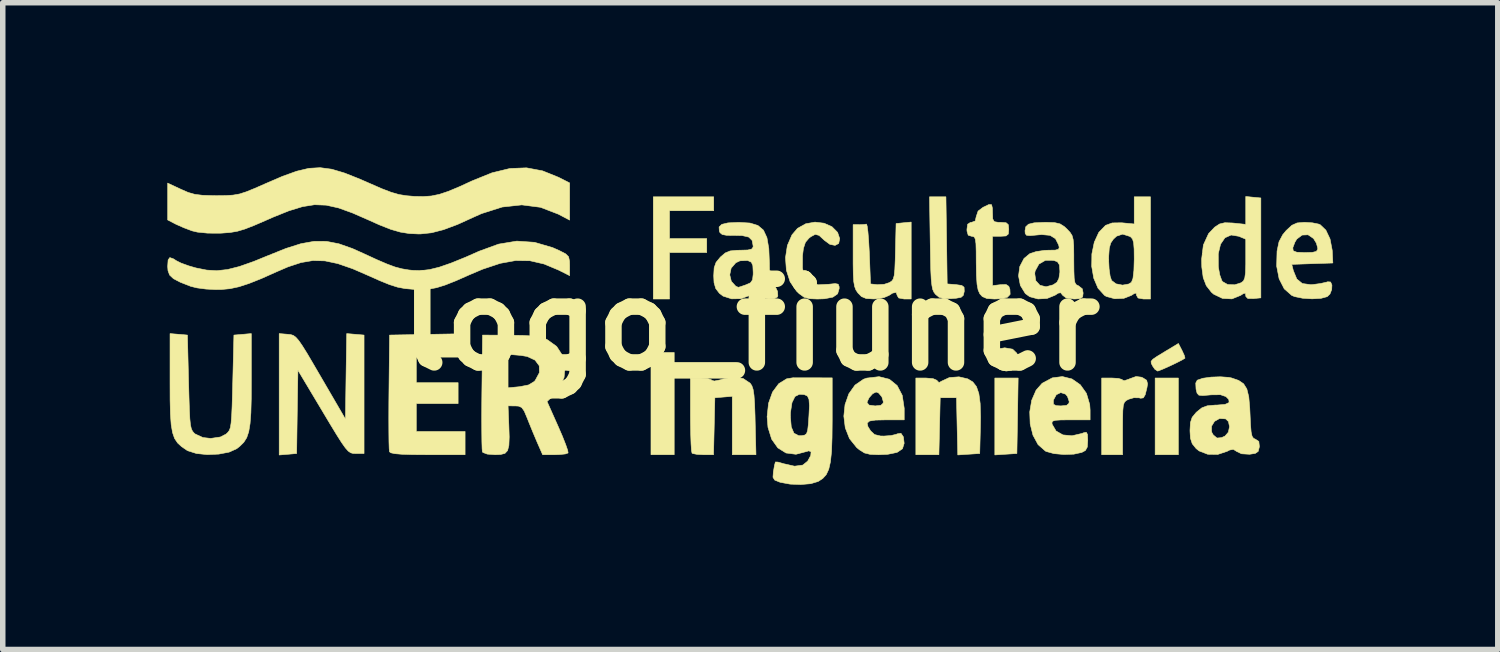
<source format=kicad_pcb>
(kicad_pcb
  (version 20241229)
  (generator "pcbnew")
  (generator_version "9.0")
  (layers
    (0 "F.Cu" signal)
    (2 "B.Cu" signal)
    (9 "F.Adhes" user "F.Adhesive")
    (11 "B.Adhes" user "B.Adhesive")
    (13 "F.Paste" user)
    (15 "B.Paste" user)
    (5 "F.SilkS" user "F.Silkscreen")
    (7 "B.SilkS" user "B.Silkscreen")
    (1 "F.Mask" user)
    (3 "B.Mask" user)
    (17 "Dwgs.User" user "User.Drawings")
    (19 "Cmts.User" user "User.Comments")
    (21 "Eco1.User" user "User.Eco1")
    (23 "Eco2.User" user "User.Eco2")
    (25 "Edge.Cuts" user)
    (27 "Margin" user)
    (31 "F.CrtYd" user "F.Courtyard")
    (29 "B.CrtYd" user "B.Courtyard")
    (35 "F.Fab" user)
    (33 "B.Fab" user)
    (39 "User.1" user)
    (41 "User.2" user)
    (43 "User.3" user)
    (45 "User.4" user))
  (footprint "logo_fiuner"
    (layer "F.Cu")
    (at 10.631 2.864)
    (property "Reference" "logo_fiuner" (at 0 0 0) (layer "F.SilkS") (effects (font (size 1.524 1.524) (thickness 0.3))))
    (attr through_hole)
    (fp_poly (pts (xy -1.397 2.371) (xy -1.82 2.371) (xy -1.82 0.508) (xy -1.397 0.508) (xy -1.397 2.371)) (stroke (width 0.01) (type solid)) (fill yes) (layer "F.SilkS"))
    (fp_poly (pts (xy 7.789 2.371) (xy 7.366 2.371) (xy 7.366 0.974) (xy 7.789 0.974) (xy 7.789 2.371)) (stroke (width 0.01) (type solid)) (fill yes) (layer "F.SilkS"))
    (fp_poly (pts (xy 4.859 1.662) (xy 4.847 2.349) (xy 4.646 2.362) (xy 4.445 2.375) (xy 4.445 0.974) (xy 4.87 0.974) (xy 4.859 1.662)) (stroke (width 0.01) (type solid)) (fill yes) (layer "F.SilkS"))
    (fp_poly (pts (xy -0.677 -2.074) (xy -1.482 -2.074) (xy -1.482 -1.566) (xy -0.804 -1.566) (xy -0.804 -1.312) (xy -1.482 -1.312) (xy -1.482 -0.466) (xy -1.778 -0.466) (xy -1.778 -2.328) (xy -0.677 -2.328) (xy -0.677 -2.074)) (stroke (width 0.01) (type solid)) (fill yes) (layer "F.SilkS"))
    (fp_poly (pts (xy 4.769 0.448) (xy 4.848 0.524) (xy 4.868 0.635) (xy 4.838 0.763) (xy 4.748 0.833) (xy 4.649 0.847) (xy 4.526 0.809) (xy 4.461 0.739) (xy 4.415 0.612) (xy 4.442 0.505) (xy 4.535 0.438) (xy 4.626 0.423) (xy 4.769 0.448)) (stroke (width 0.01) (type solid)) (fill yes) (layer "F.SilkS"))
    (fp_poly (pts (xy 7.856 0.472) (xy 7.897 0.561) (xy 7.91 0.611) (xy 7.909 0.613) (xy 7.854 0.646) (xy 7.752 0.698) (xy 7.63 0.756) (xy 7.514 0.808) (xy 7.432 0.841) (xy 7.411 0.847) (xy 7.361 0.814) (xy 7.322 0.758) (xy 7.296 0.708) (xy 7.292 0.671) (xy 7.323 0.633) (xy 7.4 0.58) (xy 7.535 0.498) (xy 7.551 0.488) (xy 7.79 0.344) (xy 7.856 0.472)) (stroke (width 0.01) (type solid)) (fill yes) (layer "F.SilkS"))
    (fp_poly (pts (xy 3.566 -1.535) (xy 3.577 -0.741) (xy 3.738 -0.728) (xy 3.843 -0.713) (xy 3.885 -0.68) (xy 3.888 -0.609) (xy 3.887 -0.601) (xy 3.871 -0.533) (xy 3.83 -0.497) (xy 3.74 -0.48) (xy 3.66 -0.474) (xy 3.518 -0.474) (xy 3.429 -0.498) (xy 3.363 -0.553) (xy 3.335 -0.591) (xy 3.313 -0.641) (xy 3.298 -0.717) (xy 3.286 -0.829) (xy 3.278 -0.99) (xy 3.273 -1.212) (xy 3.268 -1.486) (xy 3.255 -2.328) (xy 3.554 -2.328) (xy 3.566 -1.535)) (stroke (width 0.01) (type solid)) (fill yes) (layer "F.SilkS"))
    (fp_poly (pts (xy -5.249 0.593) (xy -6.096 0.593) (xy -6.096 1.058) (xy -5.334 1.058) (xy -5.334 1.439) (xy -6.096 1.439) (xy -6.096 1.947) (xy -5.207 1.947) (xy -5.207 2.371) (xy -5.886 2.371) (xy -6.158 2.369) (xy -6.356 2.363) (xy -6.487 2.352) (xy -6.56 2.336) (xy -6.585 2.317) (xy -6.59 2.261) (xy -6.594 2.133) (xy -6.596 1.945) (xy -6.597 1.708) (xy -6.596 1.437) (xy -6.594 1.227) (xy -6.583 0.191) (xy -5.916 0.179) (xy -5.249 0.167) (xy -5.249 0.593)) (stroke (width 0.01) (type solid)) (fill yes) (layer "F.SilkS"))
    (fp_poly (pts (xy 3.951 0.989) (xy 4.044 1.045) (xy 4.11 1.13) (xy 4.154 1.258) (xy 4.178 1.438) (xy 4.185 1.684) (xy 4.182 1.872) (xy 4.17 2.349) (xy 3.97 2.362) (xy 3.77 2.375) (xy 3.758 1.854) (xy 3.747 1.333) (xy 3.45 1.333) (xy 3.438 1.852) (xy 3.426 2.371) (xy 3.006 2.371) (xy 3.006 0.974) (xy 3.193 0.974) (xy 3.32 0.985) (xy 3.391 1.016) (xy 3.397 1.027) (xy 3.429 1.057) (xy 3.475 1.031) (xy 3.617 0.965) (xy 3.792 0.952) (xy 3.951 0.989)) (stroke (width 0.01) (type solid)) (fill yes) (layer "F.SilkS"))
    (fp_poly (pts (xy 7.113 0.958) (xy 7.14 0.969) (xy 7.211 1.014) (xy 7.228 1.08) (xy 7.216 1.154) (xy 7.185 1.278) (xy 7.151 1.335) (xy 7.102 1.342) (xy 7.071 1.334) (xy 6.977 1.333) (xy 6.884 1.36) (xy 6.836 1.385) (xy 6.805 1.417) (xy 6.786 1.473) (xy 6.777 1.569) (xy 6.774 1.721) (xy 6.773 1.891) (xy 6.773 2.371) (xy 6.392 2.371) (xy 6.392 0.974) (xy 6.583 0.974) (xy 6.696 0.981) (xy 6.765 1.001) (xy 6.773 1.013) (xy 6.806 1.022) (xy 6.886 0.995) (xy 6.904 0.987) (xy 7.018 0.946) (xy 7.113 0.958)) (stroke (width 0.01) (type solid)) (fill yes) (layer "F.SilkS"))
    (fp_poly (pts (xy -8.436 0.177) (xy -8.382 0.183) (xy -8.336 0.198) (xy -8.291 0.231) (xy -8.238 0.291) (xy -8.171 0.388) (xy -8.082 0.531) (xy -7.965 0.73) (xy -7.833 0.956) (xy -7.387 1.722) (xy -7.376 0.943) (xy -7.364 0.164) (xy -7.048 0.191) (xy -7.048 2.349) (xy -7.197 2.349) (xy -7.247 2.348) (xy -7.291 2.336) (xy -7.336 2.305) (xy -7.388 2.247) (xy -7.456 2.151) (xy -7.547 2.008) (xy -7.668 1.809) (xy -7.799 1.59) (xy -8.253 0.831) (xy -8.265 1.59) (xy -8.276 2.349) (xy -8.435 2.363) (xy -8.594 2.376) (xy -8.594 0.164) (xy -8.436 0.177)) (stroke (width 0.01) (type solid)) (fill yes) (layer "F.SilkS"))
    (fp_poly (pts (xy -0.141 0.982) (xy -0.013 1.068) (xy 0.018 1.114) (xy 0.041 1.182) (xy 0.057 1.286) (xy 0.068 1.441) (xy 0.076 1.662) (xy 0.078 1.761) (xy 0.093 2.371) (xy -0.339 2.371) (xy -0.339 1.307) (xy -0.656 1.333) (xy -0.68 2.371) (xy -0.862 2.371) (xy -0.98 2.365) (xy -1.06 2.349) (xy -1.072 2.342) (xy -1.082 2.293) (xy -1.09 2.173) (xy -1.096 1.999) (xy -1.1 1.785) (xy -1.101 1.644) (xy -1.101 0.974) (xy -0.914 0.974) (xy -0.798 0.982) (xy -0.724 1.003) (xy -0.713 1.015) (xy -0.667 1.029) (xy -0.562 1.008) (xy -0.52 0.994) (xy -0.317 0.955) (xy -0.141 0.982)) (stroke (width 0.01) (type solid)) (fill yes) (layer "F.SilkS"))
    (fp_poly (pts (xy 1.334 -1.847) (xy 1.478 -1.783) (xy 1.58 -1.68) (xy 1.619 -1.566) (xy 1.6 -1.478) (xy 1.534 -1.443) (xy 1.44 -1.462) (xy 1.338 -1.537) (xy 1.333 -1.542) (xy 1.243 -1.625) (xy 1.173 -1.644) (xy 1.09 -1.6) (xy 1.057 -1.573) (xy 0.994 -1.499) (xy 0.957 -1.386) (xy 0.941 -1.256) (xy 0.94 -1.026) (xy 0.984 -0.864) (xy 1.078 -0.766) (xy 1.228 -0.725) (xy 1.421 -0.735) (xy 1.537 -0.747) (xy 1.591 -0.736) (xy 1.608 -0.692) (xy 1.609 -0.657) (xy 1.581 -0.561) (xy 1.494 -0.5) (xy 1.338 -0.47) (xy 1.211 -0.466) (xy 1.066 -0.472) (xy 0.969 -0.499) (xy 0.882 -0.562) (xy 0.833 -0.609) (xy 0.715 -0.78) (xy 0.647 -0.991) (xy 0.631 -1.219) (xy 0.665 -1.441) (xy 0.749 -1.635) (xy 0.851 -1.754) (xy 1 -1.837) (xy 1.168 -1.867) (xy 1.334 -1.847)) (stroke (width 0.01) (type solid)) (fill yes) (layer "F.SilkS"))
    (fp_poly (pts (xy 2.921 -0.466) (xy 2.794 -0.466) (xy 2.693 -0.485) (xy 2.667 -0.529) (xy 2.647 -0.586) (xy 2.583 -0.574) (xy 2.516 -0.531) (xy 2.425 -0.492) (xy 2.291 -0.47) (xy 2.236 -0.467) (xy 2.101 -0.475) (xy 2.015 -0.511) (xy 1.95 -0.577) (xy 1.914 -0.631) (xy 1.89 -0.695) (xy 1.874 -0.785) (xy 1.866 -0.918) (xy 1.863 -1.11) (xy 1.863 -1.255) (xy 1.863 -1.82) (xy 1.968 -1.82) (xy 2.062 -1.824) (xy 2.106 -1.831) (xy 2.119 -1.795) (xy 2.133 -1.69) (xy 2.146 -1.531) (xy 2.157 -1.334) (xy 2.159 -1.291) (xy 2.18 -0.741) (xy 2.303 -0.727) (xy 2.43 -0.734) (xy 2.524 -0.765) (xy 2.566 -0.792) (xy 2.594 -0.83) (xy 2.612 -0.896) (xy 2.623 -1.005) (xy 2.63 -1.172) (xy 2.634 -1.329) (xy 2.646 -1.841) (xy 2.783 -1.855) (xy 2.921 -1.868) (xy 2.921 -0.466)) (stroke (width 0.01) (type solid)) (fill yes) (layer "F.SilkS"))
    (fp_poly (pts (xy -9.102 1.024) (xy -9.103 1.353) (xy -9.11 1.609) (xy -9.125 1.805) (xy -9.149 1.951) (xy -9.186 2.061) (xy -9.239 2.145) (xy -9.31 2.215) (xy -9.369 2.262) (xy -9.507 2.324) (xy -9.696 2.36) (xy -9.904 2.369) (xy -10.101 2.349) (xy -10.256 2.3) (xy -10.277 2.289) (xy -10.372 2.224) (xy -10.445 2.157) (xy -10.5 2.075) (xy -10.537 1.968) (xy -10.562 1.823) (xy -10.576 1.628) (xy -10.582 1.372) (xy -10.583 1.045) (xy -10.583 0.164) (xy -10.266 0.191) (xy -10.245 1.052) (xy -10.237 1.342) (xy -10.23 1.56) (xy -10.222 1.717) (xy -10.211 1.826) (xy -10.195 1.897) (xy -10.174 1.942) (xy -10.146 1.975) (xy -10.124 1.994) (xy -9.984 2.058) (xy -9.842 2.074) (xy -9.665 2.048) (xy -9.561 1.994) (xy -9.528 1.963) (xy -9.502 1.927) (xy -9.483 1.874) (xy -9.47 1.79) (xy -9.46 1.665) (xy -9.452 1.487) (xy -9.445 1.243) (xy -9.44 1.052) (xy -9.419 0.191) (xy -9.102 0.164) (xy -9.102 1.024)) (stroke (width 0.01) (type solid)) (fill yes) (layer "F.SilkS"))
    (fp_poly (pts (xy 4.386 -2.185) (xy 4.401 -2.12) (xy 4.403 -2.032) (xy 4.407 -1.924) (xy 4.435 -1.875) (xy 4.507 -1.863) (xy 4.551 -1.863) (xy 4.65 -1.856) (xy 4.691 -1.82) (xy 4.699 -1.736) (xy 4.691 -1.65) (xy 4.649 -1.615) (xy 4.551 -1.609) (xy 4.403 -1.609) (xy 4.403 -0.71) (xy 4.548 -0.727) (xy 4.65 -0.73) (xy 4.7 -0.697) (xy 4.72 -0.641) (xy 4.724 -0.551) (xy 4.673 -0.497) (xy 4.557 -0.471) (xy 4.437 -0.466) (xy 4.3 -0.475) (xy 4.217 -0.511) (xy 4.172 -0.56) (xy 4.141 -0.628) (xy 4.121 -0.735) (xy 4.11 -0.896) (xy 4.106 -1.126) (xy 4.106 -1.131) (xy 4.105 -1.338) (xy 4.101 -1.475) (xy 4.09 -1.555) (xy 4.071 -1.595) (xy 4.04 -1.608) (xy 4.022 -1.609) (xy 3.96 -1.629) (xy 3.938 -1.703) (xy 3.937 -1.736) (xy 3.95 -1.829) (xy 4 -1.861) (xy 4.022 -1.863) (xy 4.088 -1.888) (xy 4.106 -1.967) (xy 4.14 -2.068) (xy 4.231 -2.137) (xy 4.336 -2.187) (xy 4.386 -2.185)) (stroke (width 0.01) (type solid)) (fill yes) (layer "F.SilkS"))
    (fp_poly (pts (xy 7.281 -0.466) (xy 7.154 -0.466) (xy 7.055 -0.484) (xy 7.027 -0.532) (xy 7.02 -0.574) (xy 6.982 -0.564) (xy 6.933 -0.532) (xy 6.795 -0.478) (xy 6.629 -0.471) (xy 6.478 -0.512) (xy 6.444 -0.532) (xy 6.325 -0.663) (xy 6.247 -0.846) (xy 6.21 -1.061) (xy 6.212 -1.177) (xy 6.519 -1.177) (xy 6.527 -1.016) (xy 6.546 -0.881) (xy 6.572 -0.804) (xy 6.654 -0.742) (xy 6.772 -0.719) (xy 6.887 -0.74) (xy 6.934 -0.77) (xy 6.962 -0.842) (xy 6.979 -0.987) (xy 6.985 -1.192) (xy 6.983 -1.375) (xy 6.974 -1.491) (xy 6.954 -1.559) (xy 6.92 -1.597) (xy 6.903 -1.607) (xy 6.774 -1.648) (xy 6.665 -1.612) (xy 6.606 -1.558) (xy 6.557 -1.487) (xy 6.53 -1.391) (xy 6.52 -1.245) (xy 6.519 -1.177) (xy 6.212 -1.177) (xy 6.213 -1.286) (xy 6.257 -1.5) (xy 6.34 -1.681) (xy 6.463 -1.808) (xy 6.584 -1.852) (xy 6.758 -1.855) (xy 6.774 -1.853) (xy 6.985 -1.833) (xy 6.985 -2.328) (xy 7.281 -2.328) (xy 7.281 -0.466)) (stroke (width 0.01) (type solid)) (fill yes) (layer "F.SilkS"))
    (fp_poly (pts (xy 9.155 -2.32) (xy 9.292 -2.307) (xy 9.292 -0.487) (xy 9.155 -0.474) (xy 9.056 -0.475) (xy 9.019 -0.511) (xy 9.017 -0.529) (xy 9.01 -0.573) (xy 8.972 -0.564) (xy 8.923 -0.532) (xy 8.765 -0.468) (xy 8.593 -0.477) (xy 8.434 -0.553) (xy 8.391 -0.59) (xy 8.298 -0.709) (xy 8.242 -0.855) (xy 8.216 -1.049) (xy 8.213 -1.192) (xy 8.225 -1.29) (xy 8.516 -1.29) (xy 8.517 -1.063) (xy 8.52 -1.035) (xy 8.544 -0.904) (xy 8.58 -0.804) (xy 8.594 -0.783) (xy 8.686 -0.73) (xy 8.815 -0.725) (xy 8.935 -0.763) (xy 8.975 -0.795) (xy 8.999 -0.849) (xy 9.012 -0.944) (xy 9.017 -1.098) (xy 9.017 -1.182) (xy 9.017 -1.556) (xy 8.89 -1.609) (xy 8.75 -1.632) (xy 8.638 -1.582) (xy 8.558 -1.465) (xy 8.516 -1.29) (xy 8.225 -1.29) (xy 8.245 -1.451) (xy 8.34 -1.658) (xy 8.451 -1.775) (xy 8.54 -1.833) (xy 8.636 -1.856) (xy 8.773 -1.851) (xy 8.795 -1.849) (xy 9.017 -1.826) (xy 9.017 -2.334) (xy 9.155 -2.32)) (stroke (width 0.01) (type solid)) (fill yes) (layer "F.SilkS"))
    (fp_poly (pts (xy 2.523 0.996) (xy 2.665 1.111) (xy 2.758 1.289) (xy 2.794 1.524) (xy 2.794 1.548) (xy 2.794 1.736) (xy 2.455 1.736) (xy 2.271 1.74) (xy 2.162 1.757) (xy 2.119 1.795) (xy 2.133 1.859) (xy 2.183 1.938) (xy 2.254 2.004) (xy 2.363 2.03) (xy 2.426 2.031) (xy 2.553 2.022) (xy 2.65 1.999) (xy 2.666 1.991) (xy 2.735 1.981) (xy 2.779 2.046) (xy 2.793 2.163) (xy 2.762 2.263) (xy 2.663 2.329) (xy 2.492 2.364) (xy 2.328 2.371) (xy 2.175 2.365) (xy 2.07 2.339) (xy 1.979 2.282) (xy 1.928 2.24) (xy 1.797 2.077) (xy 1.72 1.881) (xy 1.694 1.668) (xy 1.716 1.456) (xy 1.729 1.421) (xy 2.117 1.421) (xy 2.154 1.467) (xy 2.265 1.482) (xy 2.369 1.471) (xy 2.41 1.432) (xy 2.413 1.405) (xy 2.387 1.316) (xy 2.327 1.246) (xy 2.281 1.228) (xy 2.218 1.26) (xy 2.154 1.333) (xy 2.118 1.41) (xy 2.117 1.421) (xy 1.729 1.421) (xy 1.785 1.261) (xy 1.898 1.102) (xy 2.052 0.996) (xy 2.112 0.975) (xy 2.336 0.949) (xy 2.523 0.996)) (stroke (width 0.01) (type solid)) (fill yes) (layer "F.SilkS"))
    (fp_poly (pts (xy 5.851 0.991) (xy 6.002 1.096) (xy 6.114 1.253) (xy 6.174 1.456) (xy 6.181 1.556) (xy 6.181 1.736) (xy 5.825 1.736) (xy 5.652 1.737) (xy 5.548 1.744) (xy 5.498 1.76) (xy 5.485 1.789) (xy 5.49 1.818) (xy 5.561 1.939) (xy 5.686 2.01) (xy 5.85 2.026) (xy 6.035 1.983) (xy 6.064 1.971) (xy 6.111 1.962) (xy 6.133 2.001) (xy 6.138 2.105) (xy 6.138 2.113) (xy 6.13 2.231) (xy 6.095 2.294) (xy 6.03 2.329) (xy 5.884 2.361) (xy 5.702 2.367) (xy 5.523 2.351) (xy 5.382 2.312) (xy 5.366 2.304) (xy 5.233 2.187) (xy 5.14 2.015) (xy 5.089 1.81) (xy 5.081 1.591) (xy 5.115 1.391) (xy 5.511 1.391) (xy 5.514 1.452) (xy 5.561 1.477) (xy 5.649 1.482) (xy 5.753 1.472) (xy 5.795 1.435) (xy 5.8 1.402) (xy 5.769 1.31) (xy 5.733 1.267) (xy 5.646 1.239) (xy 5.565 1.278) (xy 5.514 1.373) (xy 5.511 1.391) (xy 5.115 1.391) (xy 5.117 1.379) (xy 5.197 1.195) (xy 5.307 1.07) (xy 5.491 0.971) (xy 5.676 0.947) (xy 5.851 0.991)) (stroke (width 0.01) (type solid)) (fill yes) (layer "F.SilkS"))
    (fp_poly (pts (xy 10.232 -1.854) (xy 10.345 -1.831) (xy 10.374 -1.819) (xy 10.477 -1.72) (xy 10.553 -1.559) (xy 10.592 -1.355) (xy 10.594 -1.325) (xy 10.604 -1.122) (xy 10.23 -1.11) (xy 9.855 -1.097) (xy 9.884 -0.983) (xy 9.947 -0.83) (xy 10.048 -0.748) (xy 10.202 -0.727) (xy 10.244 -0.73) (xy 10.378 -0.748) (xy 10.485 -0.772) (xy 10.509 -0.78) (xy 10.563 -0.776) (xy 10.587 -0.72) (xy 10.583 -0.638) (xy 10.551 -0.557) (xy 10.501 -0.509) (xy 10.387 -0.478) (xy 10.226 -0.469) (xy 10.054 -0.48) (xy 9.907 -0.51) (xy 9.854 -0.532) (xy 9.718 -0.652) (xy 9.625 -0.834) (xy 9.58 -1.065) (xy 9.587 -1.332) (xy 9.587 -1.338) (xy 9.6 -1.4) (xy 9.874 -1.4) (xy 9.882 -1.343) (xy 9.949 -1.318) (xy 10.088 -1.312) (xy 10.097 -1.312) (xy 10.232 -1.316) (xy 10.302 -1.333) (xy 10.327 -1.368) (xy 10.329 -1.392) (xy 10.304 -1.483) (xy 10.252 -1.568) (xy 10.153 -1.636) (xy 10.043 -1.631) (xy 9.947 -1.558) (xy 9.913 -1.502) (xy 9.874 -1.4) (xy 9.6 -1.4) (xy 9.623 -1.509) (xy 9.691 -1.638) (xy 9.755 -1.715) (xy 9.857 -1.809) (xy 9.952 -1.852) (xy 10.083 -1.863) (xy 10.094 -1.863) (xy 10.232 -1.854)) (stroke (width 0.01) (type solid)) (fill yes) (layer "F.SilkS"))
    (fp_poly (pts (xy -4.381 0.194) (xy -4.141 0.198) (xy -3.966 0.209) (xy -3.838 0.23) (xy -3.738 0.262) (xy -3.71 0.275) (xy -3.539 0.398) (xy -3.431 0.564) (xy -3.385 0.757) (xy -3.403 0.961) (xy -3.488 1.158) (xy -3.61 1.304) (xy -3.714 1.401) (xy -3.512 1.854) (xy -3.434 2.034) (xy -3.374 2.186) (xy -3.337 2.293) (xy -3.33 2.339) (xy -3.38 2.357) (xy -3.487 2.368) (xy -3.572 2.371) (xy -3.794 2.371) (xy -3.892 2.148) (xy -3.967 1.971) (xy -4.045 1.78) (xy -4.075 1.704) (xy -4.129 1.576) (xy -4.176 1.51) (xy -4.235 1.485) (xy -4.292 1.482) (xy -4.424 1.481) (xy -4.41 1.825) (xy -4.403 2.048) (xy -4.409 2.201) (xy -4.433 2.296) (xy -4.481 2.347) (xy -4.561 2.367) (xy -4.659 2.371) (xy -4.803 2.36) (xy -4.882 2.33) (xy -4.892 2.317) (xy -4.897 2.261) (xy -4.901 2.133) (xy -4.903 1.945) (xy -4.904 1.708) (xy -4.903 1.437) (xy -4.901 1.227) (xy -4.9 1.152) (xy -4.424 1.152) (xy -4.215 1.132) (xy -4.051 1.1) (xy -3.947 1.037) (xy -3.929 1.017) (xy -3.853 0.876) (xy -3.856 0.75) (xy -3.932 0.648) (xy -4.075 0.581) (xy -4.195 0.561) (xy -4.424 0.542) (xy -4.424 1.152) (xy -4.9 1.152) (xy -4.889 0.191) (xy -4.381 0.194)) (stroke (width 0.01) (type solid)) (fill yes) (layer "F.SilkS"))
    (fp_poly (pts (xy 0.886 0.97) (xy 1.05 0.97) (xy 1.196 0.97) (xy 1.482 0.971) (xy 1.482 1.738) (xy 1.479 2.061) (xy 1.47 2.311) (xy 1.45 2.499) (xy 1.419 2.636) (xy 1.373 2.734) (xy 1.31 2.804) (xy 1.227 2.858) (xy 1.224 2.859) (xy 1.091 2.899) (xy 0.91 2.914) (xy 0.716 2.907) (xy 0.541 2.875) (xy 0.522 2.869) (xy 0.434 2.833) (xy 0.403 2.782) (xy 0.41 2.682) (xy 0.412 2.672) (xy 0.43 2.568) (xy 0.446 2.507) (xy 0.448 2.503) (xy 0.493 2.505) (xy 0.584 2.531) (xy 0.597 2.535) (xy 0.796 2.58) (xy 0.946 2.56) (xy 1.035 2.488) (xy 1.091 2.386) (xy 1.097 2.318) (xy 1.055 2.3) (xy 1.027 2.309) (xy 0.822 2.363) (xy 0.641 2.34) (xy 0.491 2.246) (xy 0.379 2.088) (xy 0.312 1.873) (xy 0.296 1.679) (xy 0.296 1.678) (xy 0.72 1.678) (xy 0.736 1.865) (xy 0.785 1.979) (xy 0.872 2.024) (xy 0.924 2.024) (xy 0.98 2.014) (xy 1.015 1.987) (xy 1.035 1.926) (xy 1.048 1.813) (xy 1.058 1.662) (xy 1.067 1.478) (xy 1.059 1.363) (xy 1.03 1.301) (xy 0.971 1.275) (xy 0.884 1.27) (xy 0.804 1.31) (xy 0.749 1.422) (xy 0.722 1.6) (xy 0.72 1.678) (xy 0.296 1.678) (xy 0.322 1.434) (xy 0.395 1.229) (xy 0.508 1.077) (xy 0.652 0.988) (xy 0.768 0.969) (xy 0.886 0.97)) (stroke (width 0.01) (type solid)) (fill yes) (layer "F.SilkS"))
    (fp_poly (pts (xy 8.707 0.962) (xy 8.757 0.972) (xy 8.887 1.017) (xy 8.978 1.079) (xy 9.037 1.174) (xy 9.072 1.317) (xy 9.09 1.523) (xy 9.095 1.63) (xy 9.104 1.828) (xy 9.115 1.957) (xy 9.132 2.034) (xy 9.158 2.072) (xy 9.194 2.089) (xy 9.255 2.129) (xy 9.265 2.219) (xy 9.264 2.23) (xy 9.244 2.31) (xy 9.191 2.347) (xy 9.087 2.363) (xy 8.94 2.354) (xy 8.854 2.313) (xy 8.791 2.273) (xy 8.722 2.286) (xy 8.678 2.309) (xy 8.506 2.366) (xy 8.325 2.363) (xy 8.167 2.302) (xy 8.113 2.259) (xy 8.042 2.171) (xy 8.009 2.07) (xy 8.002 1.954) (xy 8.393 1.954) (xy 8.425 2.011) (xy 8.493 2.067) (xy 8.575 2.06) (xy 8.639 2.031) (xy 8.7 1.961) (xy 8.721 1.861) (xy 8.702 1.767) (xy 8.651 1.718) (xy 8.54 1.711) (xy 8.448 1.763) (xy 8.394 1.851) (xy 8.393 1.954) (xy 8.002 1.954) (xy 8.001 1.928) (xy 8.009 1.785) (xy 8.041 1.689) (xy 8.112 1.603) (xy 8.126 1.59) (xy 8.217 1.517) (xy 8.315 1.48) (xy 8.456 1.467) (xy 8.486 1.467) (xy 8.64 1.454) (xy 8.714 1.42) (xy 8.708 1.365) (xy 8.656 1.312) (xy 8.557 1.278) (xy 8.381 1.28) (xy 8.365 1.282) (xy 8.233 1.293) (xy 8.163 1.286) (xy 8.13 1.25) (xy 8.111 1.176) (xy 8.111 1.174) (xy 8.106 1.065) (xy 8.133 1.013) (xy 8.235 0.978) (xy 8.387 0.957) (xy 8.555 0.951) (xy 8.707 0.962)) (stroke (width 0.01) (type solid)) (fill yes) (layer "F.SilkS"))
    (fp_poly (pts (xy 5.534 -1.858) (xy 5.633 -1.835) (xy 5.712 -1.785) (xy 5.761 -1.739) (xy 5.816 -1.68) (xy 5.852 -1.624) (xy 5.872 -1.55) (xy 5.882 -1.439) (xy 5.884 -1.273) (xy 5.884 -1.172) (xy 5.886 -0.973) (xy 5.891 -0.843) (xy 5.904 -0.766) (xy 5.927 -0.727) (xy 5.964 -0.709) (xy 5.969 -0.707) (xy 6.039 -0.652) (xy 6.054 -0.575) (xy 6.045 -0.504) (xy 6.002 -0.473) (xy 5.902 -0.466) (xy 5.886 -0.466) (xy 5.744 -0.486) (xy 5.68 -0.535) (xy 5.646 -0.58) (xy 5.6 -0.573) (xy 5.542 -0.535) (xy 5.397 -0.476) (xy 5.232 -0.467) (xy 5.081 -0.508) (xy 5.001 -0.565) (xy 4.91 -0.714) (xy 4.877 -0.887) (xy 4.883 -0.932) (xy 5.172 -0.932) (xy 5.191 -0.8) (xy 5.266 -0.717) (xy 5.378 -0.689) (xy 5.507 -0.724) (xy 5.577 -0.771) (xy 5.612 -0.839) (xy 5.63 -0.952) (xy 5.63 -0.978) (xy 5.622 -1.088) (xy 5.586 -1.144) (xy 5.517 -1.17) (xy 5.367 -1.171) (xy 5.248 -1.102) (xy 5.18 -0.978) (xy 5.172 -0.932) (xy 4.883 -0.932) (xy 4.9 -1.058) (xy 4.977 -1.205) (xy 5.084 -1.293) (xy 5.198 -1.33) (xy 5.349 -1.352) (xy 5.419 -1.355) (xy 5.546 -1.357) (xy 5.606 -1.372) (xy 5.618 -1.407) (xy 5.608 -1.45) (xy 5.55 -1.565) (xy 5.451 -1.626) (xy 5.298 -1.64) (xy 5.218 -1.633) (xy 5.089 -1.621) (xy 5.023 -1.627) (xy 4.999 -1.659) (xy 4.995 -1.71) (xy 5.009 -1.783) (xy 5.059 -1.829) (xy 5.161 -1.854) (xy 5.329 -1.862) (xy 5.383 -1.863) (xy 5.534 -1.858)) (stroke (width 0.01) (type solid)) (fill yes) (layer "F.SilkS"))
    (fp_poly (pts (xy -7.637 -2.831) (xy -7.405 -2.762) (xy -7.13 -2.653) (xy -6.947 -2.573) (xy -6.725 -2.476) (xy -6.555 -2.411) (xy -6.414 -2.37) (xy -6.278 -2.348) (xy -6.135 -2.336) (xy -5.968 -2.333) (xy -5.822 -2.343) (xy -5.676 -2.373) (xy -5.511 -2.428) (xy -5.308 -2.513) (xy -5.08 -2.618) (xy -4.717 -2.765) (xy -4.391 -2.844) (xy -4.088 -2.856) (xy -3.795 -2.801) (xy -3.503 -2.683) (xy -3.302 -2.581) (xy -3.302 -1.904) (xy -3.508 -2.012) (xy -3.833 -2.137) (xy -4.174 -2.181) (xy -4.531 -2.142) (xy -4.908 -2.022) (xy -5.038 -1.964) (xy -5.346 -1.824) (xy -5.601 -1.729) (xy -5.818 -1.673) (xy -6.013 -1.652) (xy -6.05 -1.651) (xy -6.224 -1.659) (xy -6.386 -1.685) (xy -6.56 -1.735) (xy -6.768 -1.817) (xy -6.953 -1.9) (xy -7.259 -2.034) (xy -7.514 -2.126) (xy -7.738 -2.176) (xy -7.95 -2.184) (xy -8.17 -2.149) (xy -8.418 -2.073) (xy -8.711 -1.955) (xy -8.84 -1.898) (xy -9.058 -1.804) (xy -9.223 -1.74) (xy -9.358 -1.7) (xy -9.488 -1.678) (xy -9.634 -1.667) (xy -9.673 -1.665) (xy -9.895 -1.666) (xy -10.085 -1.685) (xy -10.181 -1.708) (xy -10.33 -1.764) (xy -10.472 -1.827) (xy -10.488 -1.835) (xy -10.626 -1.907) (xy -10.626 -2.578) (xy -10.382 -2.464) (xy -10.251 -2.407) (xy -10.131 -2.373) (xy -9.993 -2.356) (xy -9.808 -2.35) (xy -9.737 -2.349) (xy -9.566 -2.351) (xy -9.435 -2.359) (xy -9.32 -2.379) (xy -9.197 -2.418) (xy -9.042 -2.481) (xy -8.848 -2.566) (xy -8.535 -2.701) (xy -8.277 -2.794) (xy -8.054 -2.847) (xy -7.847 -2.859) (xy -7.637 -2.831)) (stroke (width 0.01) (type solid)) (fill yes) (layer "F.SilkS"))
    (fp_poly (pts (xy -0.016 -1.85) (xy 0.128 -1.806) (xy 0.229 -1.721) (xy 0.293 -1.583) (xy 0.327 -1.384) (xy 0.338 -1.113) (xy 0.338 -1.069) (xy 0.342 -0.889) (xy 0.354 -0.779) (xy 0.376 -0.728) (xy 0.397 -0.72) (xy 0.449 -0.684) (xy 0.486 -0.605) (xy 0.491 -0.523) (xy 0.482 -0.501) (xy 0.422 -0.471) (xy 0.318 -0.467) (xy 0.209 -0.486) (xy 0.132 -0.524) (xy 0.126 -0.53) (xy 0.079 -0.571) (xy 0.023 -0.56) (xy -0.026 -0.53) (xy -0.178 -0.472) (xy -0.35 -0.469) (xy -0.506 -0.519) (xy -0.573 -0.57) (xy -0.64 -0.657) (xy -0.671 -0.764) (xy -0.677 -0.89) (xy -0.676 -0.907) (xy -0.385 -0.907) (xy -0.356 -0.788) (xy -0.276 -0.7) (xy -0.229 -0.679) (xy -0.19 -0.69) (xy -0.103 -0.72) (xy -0.091 -0.724) (xy -0.007 -0.761) (xy 0.031 -0.816) (xy 0.042 -0.916) (xy 0.042 -0.956) (xy 0.036 -1.075) (xy 0.009 -1.136) (xy -0.053 -1.165) (xy -0.064 -1.168) (xy -0.199 -1.162) (xy -0.275 -1.126) (xy -0.359 -1.029) (xy -0.385 -0.907) (xy -0.676 -0.907) (xy -0.669 -1.035) (xy -0.634 -1.134) (xy -0.559 -1.225) (xy -0.554 -1.231) (xy -0.467 -1.305) (xy -0.378 -1.342) (xy -0.251 -1.354) (xy -0.194 -1.355) (xy -0.056 -1.359) (xy 0.015 -1.376) (xy 0.04 -1.411) (xy 0.042 -1.429) (xy 0.023 -1.533) (xy -0.038 -1.594) (xy -0.158 -1.622) (xy -0.294 -1.625) (xy -0.439 -1.626) (xy -0.521 -1.641) (xy -0.562 -1.674) (xy -0.575 -1.705) (xy -0.579 -1.778) (xy -0.53 -1.826) (xy -0.417 -1.853) (xy -0.231 -1.862) (xy -0.211 -1.862) (xy -0.016 -1.85)) (stroke (width 0.01) (type solid)) (fill yes) (layer "F.SilkS"))
    (fp_poly (pts (xy -3.942 -1.499) (xy -3.613 -1.403) (xy -3.489 -1.348) (xy -3.376 -1.29) (xy -3.321 -1.236) (xy -3.304 -1.154) (xy -3.302 -1.077) (xy -3.302 -0.892) (xy -3.503 -0.993) (xy -3.768 -1.104) (xy -4.024 -1.163) (xy -4.285 -1.167) (xy -4.567 -1.116) (xy -4.886 -1.01) (xy -5.122 -0.91) (xy -5.373 -0.799) (xy -5.567 -0.722) (xy -5.724 -0.673) (xy -5.863 -0.646) (xy -6.002 -0.638) (xy -6.152 -0.643) (xy -6.301 -0.656) (xy -6.437 -0.682) (xy -6.585 -0.729) (xy -6.767 -0.803) (xy -6.93 -0.876) (xy -7.254 -1.017) (xy -7.525 -1.111) (xy -7.76 -1.161) (xy -7.979 -1.167) (xy -8.197 -1.13) (xy -8.434 -1.052) (xy -8.636 -0.965) (xy -8.918 -0.839) (xy -9.144 -0.749) (xy -9.329 -0.689) (xy -9.492 -0.654) (xy -9.651 -0.639) (xy -9.748 -0.638) (xy -9.926 -0.647) (xy -10.093 -0.669) (xy -10.206 -0.697) (xy -10.397 -0.772) (xy -10.52 -0.836) (xy -10.59 -0.902) (xy -10.62 -0.982) (xy -10.626 -1.059) (xy -10.618 -1.178) (xy -10.587 -1.221) (xy -10.519 -1.197) (xy -10.469 -1.164) (xy -10.381 -1.12) (xy -10.242 -1.07) (xy -10.111 -1.032) (xy -9.916 -0.993) (xy -9.731 -0.982) (xy -9.537 -1.003) (xy -9.319 -1.058) (xy -9.058 -1.15) (xy -8.801 -1.255) (xy -8.472 -1.387) (xy -8.197 -1.474) (xy -7.956 -1.517) (xy -7.732 -1.516) (xy -7.506 -1.472) (xy -7.259 -1.385) (xy -7.054 -1.293) (xy -6.813 -1.182) (xy -6.629 -1.103) (xy -6.483 -1.049) (xy -6.357 -1.016) (xy -6.232 -0.995) (xy -6.16 -0.988) (xy -6.012 -0.984) (xy -5.856 -1.002) (xy -5.677 -1.046) (xy -5.461 -1.121) (xy -5.195 -1.229) (xy -4.953 -1.336) (xy -4.597 -1.466) (xy -4.265 -1.521) (xy -3.942 -1.499)) (stroke (width 0.01) (type solid)) (fill yes) (layer "F.SilkS")))
  (gr_rect
    (start -3 -3)
    (end 24.24 8.784)
    (stroke (width 0.1) (type default))
    (fill no)
    (layer "Edge.Cuts")))
</source>
